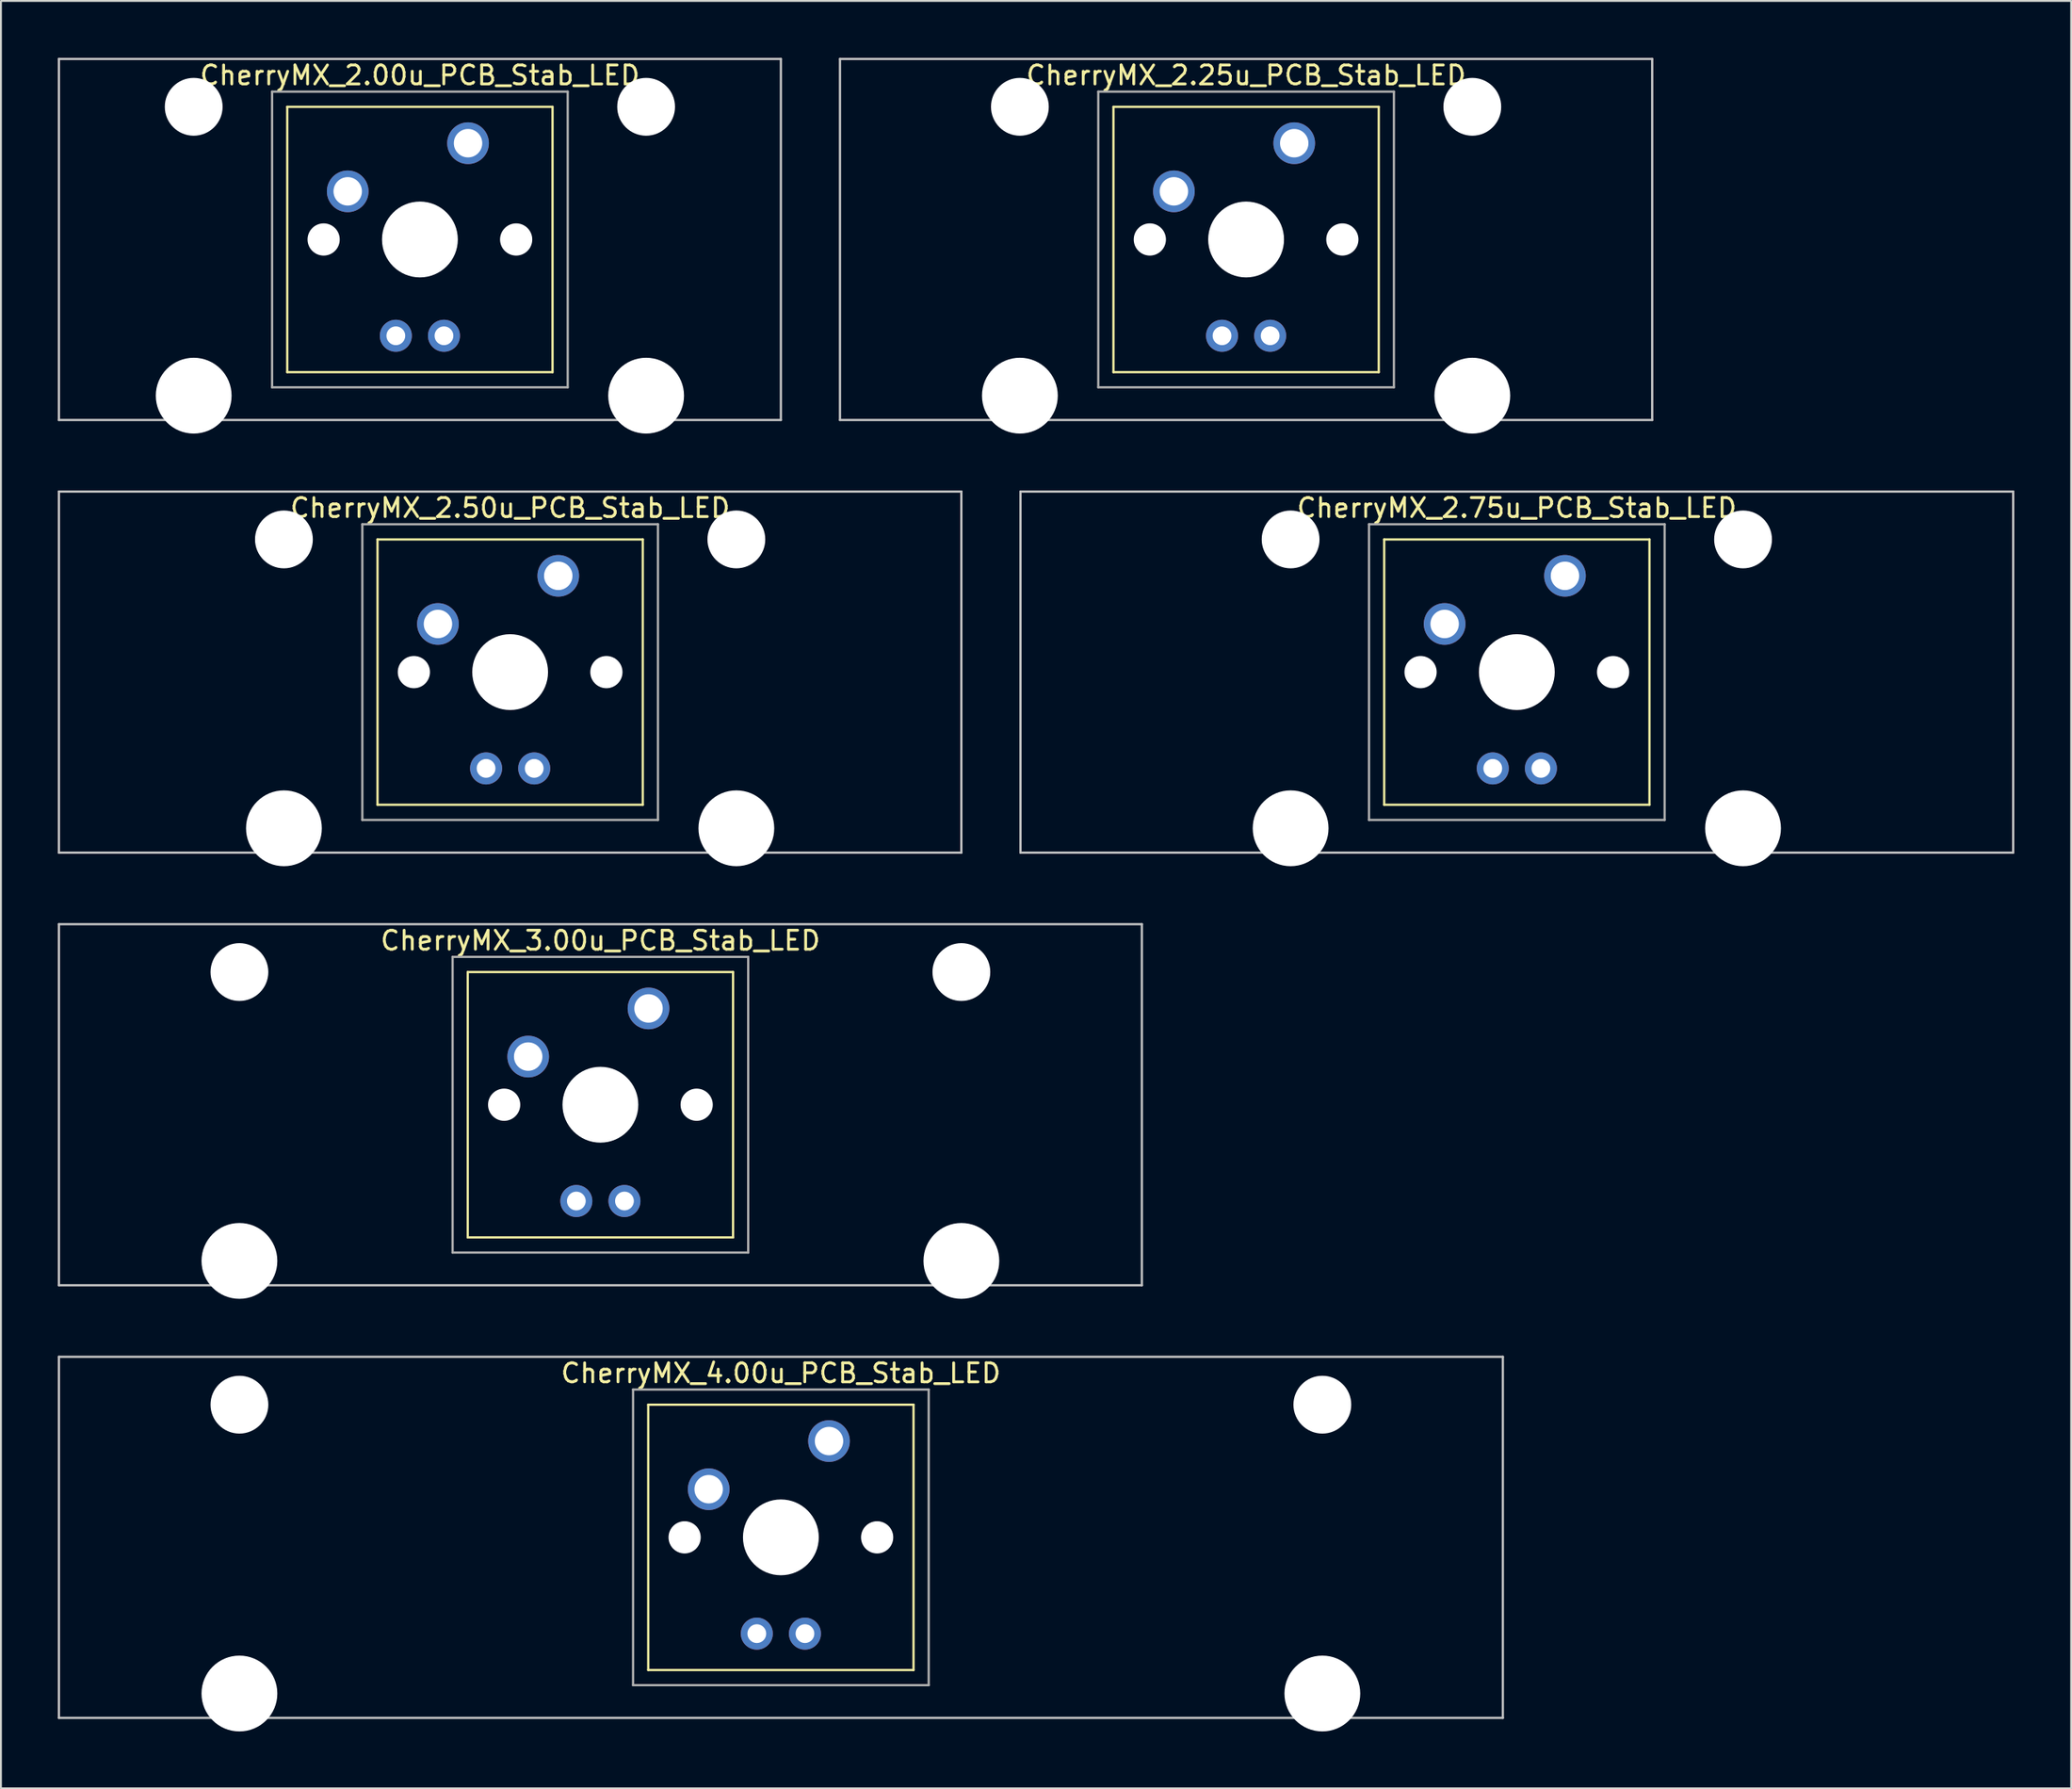
<source format=kicad_pcb>
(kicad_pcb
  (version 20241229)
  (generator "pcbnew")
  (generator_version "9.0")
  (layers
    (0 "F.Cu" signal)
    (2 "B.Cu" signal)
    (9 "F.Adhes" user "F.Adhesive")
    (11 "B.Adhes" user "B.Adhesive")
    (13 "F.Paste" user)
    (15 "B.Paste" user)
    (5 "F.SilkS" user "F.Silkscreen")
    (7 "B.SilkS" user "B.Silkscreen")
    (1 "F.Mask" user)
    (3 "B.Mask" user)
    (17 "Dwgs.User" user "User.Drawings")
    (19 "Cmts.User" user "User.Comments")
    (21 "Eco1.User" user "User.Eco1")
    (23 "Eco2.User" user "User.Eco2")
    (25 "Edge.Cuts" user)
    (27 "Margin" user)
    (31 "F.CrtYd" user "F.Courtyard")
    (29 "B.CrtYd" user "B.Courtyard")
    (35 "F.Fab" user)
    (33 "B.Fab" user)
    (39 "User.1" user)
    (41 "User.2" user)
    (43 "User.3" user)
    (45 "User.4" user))
  (footprint "CherryMX_4.00u_PCB_Stab_LED"
    (layer "F.Cu")
    (at 38.16 78.06)
    (property "Reference" "CherryMX_4.00u_PCB_Stab_LED" (at 0 -8.662 0) (layer "F.SilkS") (effects (font (size 1 1) (thickness 0.15))))
    (attr through_hole)
    (fp_line (start -7 -7) (end -7 7) (stroke (width 0.12) (type solid)) (layer "F.SilkS"))
    (fp_line (start -7 -7) (end 7 -7) (stroke (width 0.12) (type solid)) (layer "F.SilkS"))
    (fp_line (start 7 -7) (end 7 7) (stroke (width 0.12) (type solid)) (layer "F.SilkS"))
    (fp_line (start 7 7) (end -7 7) (stroke (width 0.12) (type solid)) (layer "F.SilkS"))
    (fp_line (start -38.1 -9.525) (end 38.1 -9.525) (stroke (width 0.12) (type solid)) (layer "Dwgs.User"))
    (fp_line (start -38.1 9.525) (end -38.1 -9.525) (stroke (width 0.12) (type solid)) (layer "Dwgs.User"))
    (fp_line (start 38.1 -9.525) (end 38.1 9.525) (stroke (width 0.12) (type solid)) (layer "Dwgs.User"))
    (fp_line (start 38.1 9.525) (end -38.1 9.525) (stroke (width 0.12) (type solid)) (layer "Dwgs.User"))
    (fp_line (start -7.8 -7.8) (end -7.8 7.8) (stroke (width 0.12) (type solid)) (layer "F.Fab"))
    (fp_line (start -7.8 -7.8) (end 7.8 -7.8) (stroke (width 0.12) (type solid)) (layer "F.Fab"))
    (fp_line (start -7.8 7.8) (end 7.8 7.8) (stroke (width 0.12) (type solid)) (layer "F.Fab"))
    (fp_line (start 7.8 -7.8) (end 7.8 7.8) (stroke (width 0.12) (type solid)) (layer "F.Fab"))
    (pad "" np_thru_hole circle (at -28.575 -7) (size 3.05 3.05) (drill 3.05) (layers "*.Cu" "*.Mask"))
    (pad "" np_thru_hole circle (at -28.575 8.24) (size 4 4) (drill 4) (layers "*.Cu" "*.Mask"))
    (pad "" np_thru_hole circle (at -5.08 0) (size 1.7 1.7) (drill 1.7) (layers "*.Cu" "*.Mask"))
    (pad "" np_thru_hole circle (at 0 0) (size 4 4) (drill 4) (layers "*.Cu" "*.Mask"))
    (pad "" np_thru_hole circle (at 5.08 0) (size 1.7 1.7) (drill 1.7) (layers "*.Cu" "*.Mask"))
    (pad "" np_thru_hole circle (at 28.575 -7) (size 3.05 3.05) (drill 3.05) (layers "*.Cu" "*.Mask"))
    (pad "" np_thru_hole circle (at 28.575 8.24) (size 4 4) (drill 4) (layers "*.Cu" "*.Mask"))
    (pad "1" thru_hole circle (at -3.81 -2.54) (size 2.2 2.2) (drill 1.5) (layers "*.Cu" "*.Mask"))
    (pad "2" thru_hole circle (at 2.54 -5.08) (size 2.2 2.2) (drill 1.5) (layers "*.Cu" "*.Mask"))
    (pad "3" thru_hole circle (at -1.27 5.08) (size 1.691 1.691) (drill 0.991) (layers "*.Cu" "*.Mask"))
    (pad "4" thru_hole circle (at 1.27 5.08) (size 1.691 1.691) (drill 0.991) (layers "*.Cu" "*.Mask")))
  (footprint "CherryMX_2.75u_PCB_Stab_LED"
    (layer "F.Cu")
    (at 76.999 32.41)
    (property "Reference" "CherryMX_2.75u_PCB_Stab_LED" (at 0 -8.662 0) (layer "F.SilkS") (effects (font (size 1 1) (thickness 0.15))))
    (attr through_hole)
    (fp_line (start -7 -7) (end -7 7) (stroke (width 0.12) (type solid)) (layer "F.SilkS"))
    (fp_line (start -7 -7) (end 7 -7) (stroke (width 0.12) (type solid)) (layer "F.SilkS"))
    (fp_line (start 7 -7) (end 7 7) (stroke (width 0.12) (type solid)) (layer "F.SilkS"))
    (fp_line (start 7 7) (end -7 7) (stroke (width 0.12) (type solid)) (layer "F.SilkS"))
    (fp_line (start -26.194 -9.525) (end 26.194 -9.525) (stroke (width 0.12) (type solid)) (layer "Dwgs.User"))
    (fp_line (start -26.194 9.525) (end -26.194 -9.525) (stroke (width 0.12) (type solid)) (layer "Dwgs.User"))
    (fp_line (start 26.194 -9.525) (end 26.194 9.525) (stroke (width 0.12) (type solid)) (layer "Dwgs.User"))
    (fp_line (start 26.194 9.525) (end -26.194 9.525) (stroke (width 0.12) (type solid)) (layer "Dwgs.User"))
    (fp_line (start -7.8 -7.8) (end -7.8 7.8) (stroke (width 0.12) (type solid)) (layer "F.Fab"))
    (fp_line (start -7.8 -7.8) (end 7.8 -7.8) (stroke (width 0.12) (type solid)) (layer "F.Fab"))
    (fp_line (start -7.8 7.8) (end 7.8 7.8) (stroke (width 0.12) (type solid)) (layer "F.Fab"))
    (fp_line (start 7.8 -7.8) (end 7.8 7.8) (stroke (width 0.12) (type solid)) (layer "F.Fab"))
    (pad "" np_thru_hole circle (at -11.938 -7) (size 3.05 3.05) (drill 3.05) (layers "*.Cu" "*.Mask"))
    (pad "" np_thru_hole circle (at -11.938 8.24) (size 4 4) (drill 4) (layers "*.Cu" "*.Mask"))
    (pad "" np_thru_hole circle (at -5.08 0) (size 1.7 1.7) (drill 1.7) (layers "*.Cu" "*.Mask"))
    (pad "" np_thru_hole circle (at 0 0) (size 4 4) (drill 4) (layers "*.Cu" "*.Mask"))
    (pad "" np_thru_hole circle (at 5.08 0) (size 1.7 1.7) (drill 1.7) (layers "*.Cu" "*.Mask"))
    (pad "" np_thru_hole circle (at 11.938 -7) (size 3.05 3.05) (drill 3.05) (layers "*.Cu" "*.Mask"))
    (pad "" np_thru_hole circle (at 11.938 8.24) (size 4 4) (drill 4) (layers "*.Cu" "*.Mask"))
    (pad "1" thru_hole circle (at -3.81 -2.54) (size 2.2 2.2) (drill 1.5) (layers "*.Cu" "*.Mask"))
    (pad "2" thru_hole circle (at 2.54 -5.08) (size 2.2 2.2) (drill 1.5) (layers "*.Cu" "*.Mask"))
    (pad "3" thru_hole circle (at -1.27 5.08) (size 1.691 1.691) (drill 0.991) (layers "*.Cu" "*.Mask"))
    (pad "4" thru_hole circle (at 1.27 5.08) (size 1.691 1.691) (drill 0.991) (layers "*.Cu" "*.Mask")))
  (footprint "CherryMX_2.50u_PCB_Stab_LED"
    (layer "F.Cu")
    (at 23.872 32.41)
    (property "Reference" "CherryMX_2.50u_PCB_Stab_LED" (at 0 -8.662 0) (layer "F.SilkS") (effects (font (size 1 1) (thickness 0.15))))
    (attr through_hole)
    (fp_line (start -7 -7) (end -7 7) (stroke (width 0.12) (type solid)) (layer "F.SilkS"))
    (fp_line (start -7 -7) (end 7 -7) (stroke (width 0.12) (type solid)) (layer "F.SilkS"))
    (fp_line (start 7 -7) (end 7 7) (stroke (width 0.12) (type solid)) (layer "F.SilkS"))
    (fp_line (start 7 7) (end -7 7) (stroke (width 0.12) (type solid)) (layer "F.SilkS"))
    (fp_line (start -23.812 -9.525) (end 23.812 -9.525) (stroke (width 0.12) (type solid)) (layer "Dwgs.User"))
    (fp_line (start -23.812 9.525) (end -23.812 -9.525) (stroke (width 0.12) (type solid)) (layer "Dwgs.User"))
    (fp_line (start 23.812 -9.525) (end 23.812 9.525) (stroke (width 0.12) (type solid)) (layer "Dwgs.User"))
    (fp_line (start 23.812 9.525) (end -23.812 9.525) (stroke (width 0.12) (type solid)) (layer "Dwgs.User"))
    (fp_line (start -7.8 -7.8) (end -7.8 7.8) (stroke (width 0.12) (type solid)) (layer "F.Fab"))
    (fp_line (start -7.8 -7.8) (end 7.8 -7.8) (stroke (width 0.12) (type solid)) (layer "F.Fab"))
    (fp_line (start -7.8 7.8) (end 7.8 7.8) (stroke (width 0.12) (type solid)) (layer "F.Fab"))
    (fp_line (start 7.8 -7.8) (end 7.8 7.8) (stroke (width 0.12) (type solid)) (layer "F.Fab"))
    (pad "" np_thru_hole circle (at -11.938 -7) (size 3.05 3.05) (drill 3.05) (layers "*.Cu" "*.Mask"))
    (pad "" np_thru_hole circle (at -11.938 8.24) (size 4 4) (drill 4) (layers "*.Cu" "*.Mask"))
    (pad "" np_thru_hole circle (at -5.08 0) (size 1.7 1.7) (drill 1.7) (layers "*.Cu" "*.Mask"))
    (pad "" np_thru_hole circle (at 0 0) (size 4 4) (drill 4) (layers "*.Cu" "*.Mask"))
    (pad "" np_thru_hole circle (at 5.08 0) (size 1.7 1.7) (drill 1.7) (layers "*.Cu" "*.Mask"))
    (pad "" np_thru_hole circle (at 11.938 -7) (size 3.05 3.05) (drill 3.05) (layers "*.Cu" "*.Mask"))
    (pad "" np_thru_hole circle (at 11.938 8.24) (size 4 4) (drill 4) (layers "*.Cu" "*.Mask"))
    (pad "1" thru_hole circle (at -3.81 -2.54) (size 2.2 2.2) (drill 1.5) (layers "*.Cu" "*.Mask"))
    (pad "2" thru_hole circle (at 2.54 -5.08) (size 2.2 2.2) (drill 1.5) (layers "*.Cu" "*.Mask"))
    (pad "3" thru_hole circle (at -1.27 5.08) (size 1.691 1.691) (drill 0.991) (layers "*.Cu" "*.Mask"))
    (pad "4" thru_hole circle (at 1.27 5.08) (size 1.691 1.691) (drill 0.991) (layers "*.Cu" "*.Mask")))
  (footprint "CherryMX_3.00u_PCB_Stab_LED"
    (layer "F.Cu")
    (at 28.635 55.235)
    (property "Reference" "CherryMX_3.00u_PCB_Stab_LED" (at 0 -8.662 0) (layer "F.SilkS") (effects (font (size 1 1) (thickness 0.15))))
    (attr through_hole)
    (fp_line (start -7 -7) (end -7 7) (stroke (width 0.12) (type solid)) (layer "F.SilkS"))
    (fp_line (start -7 -7) (end 7 -7) (stroke (width 0.12) (type solid)) (layer "F.SilkS"))
    (fp_line (start 7 -7) (end 7 7) (stroke (width 0.12) (type solid)) (layer "F.SilkS"))
    (fp_line (start 7 7) (end -7 7) (stroke (width 0.12) (type solid)) (layer "F.SilkS"))
    (fp_line (start -28.575 -9.525) (end 28.575 -9.525) (stroke (width 0.12) (type solid)) (layer "Dwgs.User"))
    (fp_line (start -28.575 9.525) (end -28.575 -9.525) (stroke (width 0.12) (type solid)) (layer "Dwgs.User"))
    (fp_line (start 28.575 -9.525) (end 28.575 9.525) (stroke (width 0.12) (type solid)) (layer "Dwgs.User"))
    (fp_line (start 28.575 9.525) (end -28.575 9.525) (stroke (width 0.12) (type solid)) (layer "Dwgs.User"))
    (fp_line (start -7.8 -7.8) (end -7.8 7.8) (stroke (width 0.12) (type solid)) (layer "F.Fab"))
    (fp_line (start -7.8 -7.8) (end 7.8 -7.8) (stroke (width 0.12) (type solid)) (layer "F.Fab"))
    (fp_line (start -7.8 7.8) (end 7.8 7.8) (stroke (width 0.12) (type solid)) (layer "F.Fab"))
    (fp_line (start 7.8 -7.8) (end 7.8 7.8) (stroke (width 0.12) (type solid)) (layer "F.Fab"))
    (pad "" np_thru_hole circle (at -19.05 -7) (size 3.05 3.05) (drill 3.05) (layers "*.Cu" "*.Mask"))
    (pad "" np_thru_hole circle (at -19.05 8.24) (size 4 4) (drill 4) (layers "*.Cu" "*.Mask"))
    (pad "" np_thru_hole circle (at -5.08 0) (size 1.7 1.7) (drill 1.7) (layers "*.Cu" "*.Mask"))
    (pad "" np_thru_hole circle (at 0 0) (size 4 4) (drill 4) (layers "*.Cu" "*.Mask"))
    (pad "" np_thru_hole circle (at 5.08 0) (size 1.7 1.7) (drill 1.7) (layers "*.Cu" "*.Mask"))
    (pad "" np_thru_hole circle (at 19.05 -7) (size 3.05 3.05) (drill 3.05) (layers "*.Cu" "*.Mask"))
    (pad "" np_thru_hole circle (at 19.05 8.24) (size 4 4) (drill 4) (layers "*.Cu" "*.Mask"))
    (pad "1" thru_hole circle (at -3.81 -2.54) (size 2.2 2.2) (drill 1.5) (layers "*.Cu" "*.Mask"))
    (pad "2" thru_hole circle (at 2.54 -5.08) (size 2.2 2.2) (drill 1.5) (layers "*.Cu" "*.Mask"))
    (pad "3" thru_hole circle (at -1.27 5.08) (size 1.691 1.691) (drill 0.991) (layers "*.Cu" "*.Mask"))
    (pad "4" thru_hole circle (at 1.27 5.08) (size 1.691 1.691) (drill 0.991) (layers "*.Cu" "*.Mask")))
  (footprint "CherryMX_2.25u_PCB_Stab_LED"
    (layer "F.Cu")
    (at 62.711 9.585)
    (property "Reference" "CherryMX_2.25u_PCB_Stab_LED" (at 0 -8.662 0) (layer "F.SilkS") (effects (font (size 1 1) (thickness 0.15))))
    (attr through_hole)
    (fp_line (start -7 -7) (end -7 7) (stroke (width 0.12) (type solid)) (layer "F.SilkS"))
    (fp_line (start -7 -7) (end 7 -7) (stroke (width 0.12) (type solid)) (layer "F.SilkS"))
    (fp_line (start 7 -7) (end 7 7) (stroke (width 0.12) (type solid)) (layer "F.SilkS"))
    (fp_line (start 7 7) (end -7 7) (stroke (width 0.12) (type solid)) (layer "F.SilkS"))
    (fp_line (start -21.431 -9.525) (end 21.431 -9.525) (stroke (width 0.12) (type solid)) (layer "Dwgs.User"))
    (fp_line (start -21.431 9.525) (end -21.431 -9.525) (stroke (width 0.12) (type solid)) (layer "Dwgs.User"))
    (fp_line (start 21.431 -9.525) (end 21.431 9.525) (stroke (width 0.12) (type solid)) (layer "Dwgs.User"))
    (fp_line (start 21.431 9.525) (end -21.431 9.525) (stroke (width 0.12) (type solid)) (layer "Dwgs.User"))
    (fp_line (start -7.8 -7.8) (end -7.8 7.8) (stroke (width 0.12) (type solid)) (layer "F.Fab"))
    (fp_line (start -7.8 -7.8) (end 7.8 -7.8) (stroke (width 0.12) (type solid)) (layer "F.Fab"))
    (fp_line (start -7.8 7.8) (end 7.8 7.8) (stroke (width 0.12) (type solid)) (layer "F.Fab"))
    (fp_line (start 7.8 -7.8) (end 7.8 7.8) (stroke (width 0.12) (type solid)) (layer "F.Fab"))
    (pad "" np_thru_hole circle (at -11.938 -7) (size 3.05 3.05) (drill 3.05) (layers "*.Cu" "*.Mask"))
    (pad "" np_thru_hole circle (at -11.938 8.24) (size 4 4) (drill 4) (layers "*.Cu" "*.Mask"))
    (pad "" np_thru_hole circle (at -5.08 0) (size 1.7 1.7) (drill 1.7) (layers "*.Cu" "*.Mask"))
    (pad "" np_thru_hole circle (at 0 0) (size 4 4) (drill 4) (layers "*.Cu" "*.Mask"))
    (pad "" np_thru_hole circle (at 5.08 0) (size 1.7 1.7) (drill 1.7) (layers "*.Cu" "*.Mask"))
    (pad "" np_thru_hole circle (at 11.938 -7) (size 3.05 3.05) (drill 3.05) (layers "*.Cu" "*.Mask"))
    (pad "" np_thru_hole circle (at 11.938 8.24) (size 4 4) (drill 4) (layers "*.Cu" "*.Mask"))
    (pad "1" thru_hole circle (at -3.81 -2.54) (size 2.2 2.2) (drill 1.5) (layers "*.Cu" "*.Mask"))
    (pad "2" thru_hole circle (at 2.54 -5.08) (size 2.2 2.2) (drill 1.5) (layers "*.Cu" "*.Mask"))
    (pad "3" thru_hole circle (at -1.27 5.08) (size 1.691 1.691) (drill 0.991) (layers "*.Cu" "*.Mask"))
    (pad "4" thru_hole circle (at 1.27 5.08) (size 1.691 1.691) (drill 0.991) (layers "*.Cu" "*.Mask")))
  (footprint "CherryMX_2.00u_PCB_Stab_LED"
    (layer "F.Cu")
    (at 19.11 9.585)
    (property "Reference" "CherryMX_2.00u_PCB_Stab_LED" (at 0 -8.662 0) (layer "F.SilkS") (effects (font (size 1 1) (thickness 0.15))))
    (attr through_hole)
    (fp_line (start -7 -7) (end -7 7) (stroke (width 0.12) (type solid)) (layer "F.SilkS"))
    (fp_line (start -7 -7) (end 7 -7) (stroke (width 0.12) (type solid)) (layer "F.SilkS"))
    (fp_line (start 7 -7) (end 7 7) (stroke (width 0.12) (type solid)) (layer "F.SilkS"))
    (fp_line (start 7 7) (end -7 7) (stroke (width 0.12) (type solid)) (layer "F.SilkS"))
    (fp_line (start -19.05 -9.525) (end 19.05 -9.525) (stroke (width 0.12) (type solid)) (layer "Dwgs.User"))
    (fp_line (start -19.05 9.525) (end -19.05 -9.525) (stroke (width 0.12) (type solid)) (layer "Dwgs.User"))
    (fp_line (start 19.05 -9.525) (end 19.05 9.525) (stroke (width 0.12) (type solid)) (layer "Dwgs.User"))
    (fp_line (start 19.05 9.525) (end -19.05 9.525) (stroke (width 0.12) (type solid)) (layer "Dwgs.User"))
    (fp_line (start -7.8 -7.8) (end -7.8 7.8) (stroke (width 0.12) (type solid)) (layer "F.Fab"))
    (fp_line (start -7.8 -7.8) (end 7.8 -7.8) (stroke (width 0.12) (type solid)) (layer "F.Fab"))
    (fp_line (start -7.8 7.8) (end 7.8 7.8) (stroke (width 0.12) (type solid)) (layer "F.Fab"))
    (fp_line (start 7.8 -7.8) (end 7.8 7.8) (stroke (width 0.12) (type solid)) (layer "F.Fab"))
    (pad "" np_thru_hole circle (at -11.938 -7) (size 3.05 3.05) (drill 3.05) (layers "*.Cu" "*.Mask"))
    (pad "" np_thru_hole circle (at -11.938 8.24) (size 4 4) (drill 4) (layers "*.Cu" "*.Mask"))
    (pad "" np_thru_hole circle (at -5.08 0) (size 1.7 1.7) (drill 1.7) (layers "*.Cu" "*.Mask"))
    (pad "" np_thru_hole circle (at 0 0) (size 4 4) (drill 4) (layers "*.Cu" "*.Mask"))
    (pad "" np_thru_hole circle (at 5.08 0) (size 1.7 1.7) (drill 1.7) (layers "*.Cu" "*.Mask"))
    (pad "" np_thru_hole circle (at 11.938 -7) (size 3.05 3.05) (drill 3.05) (layers "*.Cu" "*.Mask"))
    (pad "" np_thru_hole circle (at 11.938 8.24) (size 4 4) (drill 4) (layers "*.Cu" "*.Mask"))
    (pad "1" thru_hole circle (at -3.81 -2.54) (size 2.2 2.2) (drill 1.5) (layers "*.Cu" "*.Mask"))
    (pad "2" thru_hole circle (at 2.54 -5.08) (size 2.2 2.2) (drill 1.5) (layers "*.Cu" "*.Mask"))
    (pad "3" thru_hole circle (at -1.27 5.08) (size 1.691 1.691) (drill 0.991) (layers "*.Cu" "*.Mask"))
    (pad "4" thru_hole circle (at 1.27 5.08) (size 1.691 1.691) (drill 0.991) (layers "*.Cu" "*.Mask")))
  (gr_rect
    (start -3 -3)
    (end 106.252 91.3)
    (stroke (width 0.1) (type default))
    (fill no)
    (layer "Edge.Cuts")))
</source>
